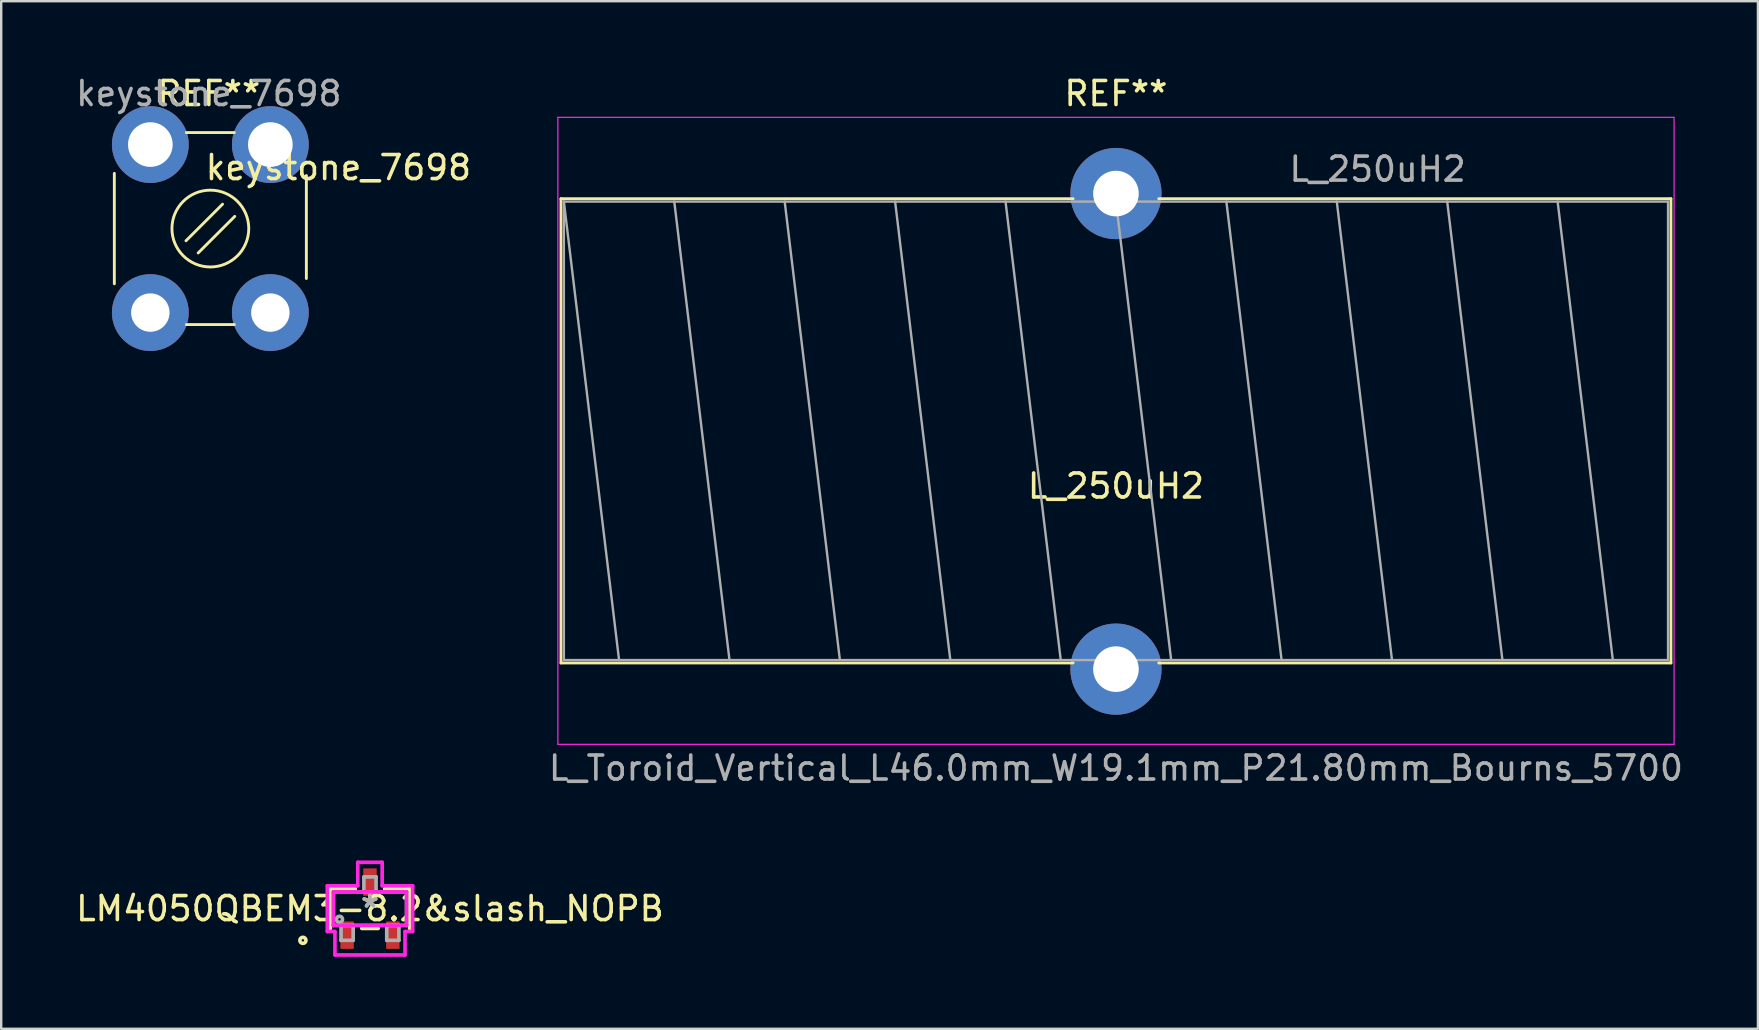
<source format=kicad_pcb>
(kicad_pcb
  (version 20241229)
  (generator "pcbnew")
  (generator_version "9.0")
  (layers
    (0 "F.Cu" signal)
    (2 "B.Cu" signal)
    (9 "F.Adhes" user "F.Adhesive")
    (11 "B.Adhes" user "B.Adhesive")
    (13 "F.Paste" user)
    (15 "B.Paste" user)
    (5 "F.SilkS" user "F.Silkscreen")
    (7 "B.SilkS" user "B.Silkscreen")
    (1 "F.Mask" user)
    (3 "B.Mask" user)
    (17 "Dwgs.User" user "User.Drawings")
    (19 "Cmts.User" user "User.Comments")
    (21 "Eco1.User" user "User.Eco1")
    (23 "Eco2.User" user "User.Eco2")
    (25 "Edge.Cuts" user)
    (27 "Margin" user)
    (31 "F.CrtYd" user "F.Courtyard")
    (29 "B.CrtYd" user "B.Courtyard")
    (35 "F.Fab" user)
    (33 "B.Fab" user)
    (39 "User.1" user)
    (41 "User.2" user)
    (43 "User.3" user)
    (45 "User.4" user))
  (footprint "L_250uH2"
    (layer "F.Cu")
    (at 43.44 16.698)
    (property "Reference" "L_250uH2" (at 0 0.5 0) (layer "F.SilkS") (effects (font (size 1 1) (thickness 0.15))))
    (attr through_hole)
    (fp_line (start -23.12 -11.47) (end -23.12 7.87) (stroke (width 0.12) (type solid)) (layer "F.SilkS"))
    (fp_line (start -23.12 -11.47) (end -1.785 -11.47) (stroke (width 0.12) (type solid)) (layer "F.SilkS"))
    (fp_line (start -23.12 7.87) (end -1.785 7.87) (stroke (width 0.12) (type solid)) (layer "F.SilkS"))
    (fp_line (start 1.785 -11.47) (end 23.12 -11.47) (stroke (width 0.12) (type solid)) (layer "F.SilkS"))
    (fp_line (start 1.785 7.87) (end 23.12 7.87) (stroke (width 0.12) (type solid)) (layer "F.SilkS"))
    (fp_line (start 23.12 -11.47) (end 23.12 7.87) (stroke (width 0.12) (type solid)) (layer "F.SilkS"))
    (fp_line (start -23.25 -14.86) (end -23.25 11.26) (stroke (width 0.05) (type solid)) (layer "F.CrtYd"))
    (fp_line (start -23.25 11.26) (end 23.25 11.26) (stroke (width 0.05) (type solid)) (layer "F.CrtYd"))
    (fp_line (start 23.25 -14.86) (end -23.25 -14.86) (stroke (width 0.05) (type solid)) (layer "F.CrtYd"))
    (fp_line (start 23.25 11.26) (end 23.25 -14.86) (stroke (width 0.05) (type solid)) (layer "F.CrtYd"))
    (fp_line (start -23 -11.35) (end -23 7.75) (stroke (width 0.1) (type solid)) (layer "F.Fab"))
    (fp_line (start -23 -11.35) (end -20.7 7.75) (stroke (width 0.1) (type solid)) (layer "F.Fab"))
    (fp_line (start -23 7.75) (end 23 7.75) (stroke (width 0.1) (type solid)) (layer "F.Fab"))
    (fp_line (start -18.4 -11.35) (end -16.1 7.75) (stroke (width 0.1) (type solid)) (layer "F.Fab"))
    (fp_line (start -13.8 -11.35) (end -11.5 7.75) (stroke (width 0.1) (type solid)) (layer "F.Fab"))
    (fp_line (start -9.2 -11.35) (end -6.9 7.75) (stroke (width 0.1) (type solid)) (layer "F.Fab"))
    (fp_line (start -4.6 -11.35) (end -2.3 7.75) (stroke (width 0.1) (type solid)) (layer "F.Fab"))
    (fp_line (start 0 -11.35) (end 2.3 7.75) (stroke (width 0.1) (type solid)) (layer "F.Fab"))
    (fp_line (start 4.6 -11.35) (end 6.9 7.75) (stroke (width 0.1) (type solid)) (layer "F.Fab"))
    (fp_line (start 9.2 -11.35) (end 11.5 7.75) (stroke (width 0.1) (type solid)) (layer "F.Fab"))
    (fp_line (start 13.8 -11.35) (end 16.1 7.75) (stroke (width 0.1) (type solid)) (layer "F.Fab"))
    (fp_line (start 18.4 -11.35) (end 20.7 7.75) (stroke (width 0.1) (type solid)) (layer "F.Fab"))
    (fp_line (start 23 -11.35) (end -23 -11.35) (stroke (width 0.1) (type solid)) (layer "F.Fab"))
    (fp_line (start 23 7.75) (end 23 -11.35) (stroke (width 0.1) (type solid)) (layer "F.Fab"))
    (fp_text user "REF**" (at 0 -15.85 0) (layer "F.SilkS") (effects (font (size 1 1) (thickness 0.15))))
    (fp_text user "${REFERENCE}" (at 10.9 -12.7 0) (layer "F.Fab") (effects (font (size 1 1) (thickness 0.15))))
    (fp_text user "L_Toroid_Vertical_L46.0mm_W19.1mm_P21.80mm_Bourns_5700" (at 0 12.25 0) (layer "F.Fab") (effects (font (size 1 1) (thickness 0.15))))
    (pad "1" thru_hole circle (at 0 -11.684) (size 3.8 3.8) (drill 1.9) (layers "*.Cu" "*.Mask"))
    (pad "2" thru_hole circle (at 0 8.128) (size 3.8 3.8) (drill 1.9) (layers "*.Cu" "*.Mask")))
  (footprint "LM4050QBEM3-8.2&slash_NOPB"
    (layer "F.Cu")
    (at 12.363 34.803)
    (property "Reference" "LM4050QBEM3-8.2&slash_NOPB" (at 0 0 0) (layer "F.SilkS") (effects (font (size 1 1) (thickness 0.15))))
    (attr through_hole)
    (fp_line (start -1.651 -0.826) (end -1.651 0.826) (stroke (width 0.152) (type solid)) (layer "F.SilkS"))
    (fp_line (start -0.612 -0.826) (end -1.651 -0.826) (stroke (width 0.152) (type solid)) (layer "F.SilkS"))
    (fp_line (start -0.34 0.826) (end 0.34 0.826) (stroke (width 0.152) (type solid)) (layer "F.SilkS"))
    (fp_line (start 1.651 -0.826) (end 0.612 -0.826) (stroke (width 0.152) (type solid)) (layer "F.SilkS"))
    (fp_line (start 1.651 0.826) (end 1.651 -0.826) (stroke (width 0.152) (type solid)) (layer "F.SilkS"))
    (fp_circle (center -2.794 1.321) (end -2.667 1.321) (stroke (width 0.152) (type solid)) (fill no) (layer "F.SilkS"))
    (fp_line (start -1.778 -0.953) (end -0.508 -0.953) (stroke (width 0.152) (type solid)) (layer "F.CrtYd"))
    (fp_line (start -1.778 0.953) (end -1.778 -0.953) (stroke (width 0.152) (type solid)) (layer "F.CrtYd"))
    (fp_line (start -1.524 -0.699) (end 1.524 -0.699) (stroke (width 0.152) (type solid)) (layer "F.CrtYd"))
    (fp_line (start -1.524 0.699) (end -1.524 -0.699) (stroke (width 0.152) (type solid)) (layer "F.CrtYd"))
    (fp_line (start -1.46 0.953) (end -1.778 0.953) (stroke (width 0.152) (type solid)) (layer "F.CrtYd"))
    (fp_line (start -1.46 1.93) (end -1.46 0.953) (stroke (width 0.152) (type solid)) (layer "F.CrtYd"))
    (fp_line (start -0.508 -1.93) (end 0.508 -1.93) (stroke (width 0.152) (type solid)) (layer "F.CrtYd"))
    (fp_line (start -0.508 -0.953) (end -0.508 -1.93) (stroke (width 0.152) (type solid)) (layer "F.CrtYd"))
    (fp_line (start 0.508 -1.93) (end 0.508 -0.953) (stroke (width 0.152) (type solid)) (layer "F.CrtYd"))
    (fp_line (start 0.508 -0.953) (end 1.778 -0.953) (stroke (width 0.152) (type solid)) (layer "F.CrtYd"))
    (fp_line (start 1.46 0.953) (end 1.46 1.93) (stroke (width 0.152) (type solid)) (layer "F.CrtYd"))
    (fp_line (start 1.46 1.93) (end -1.46 1.93) (stroke (width 0.152) (type solid)) (layer "F.CrtYd"))
    (fp_line (start 1.524 -0.699) (end 1.524 0.699) (stroke (width 0.152) (type solid)) (layer "F.CrtYd"))
    (fp_line (start 1.524 0.699) (end -1.524 0.699) (stroke (width 0.152) (type solid)) (layer "F.CrtYd"))
    (fp_line (start 1.778 -0.953) (end 1.778 0.953) (stroke (width 0.152) (type solid)) (layer "F.CrtYd"))
    (fp_line (start 1.778 0.953) (end 1.46 0.953) (stroke (width 0.152) (type solid)) (layer "F.CrtYd"))
    (fp_line (start -1.524 -0.699) (end -1.524 0.699) (stroke (width 0.152) (type solid)) (layer "F.Fab"))
    (fp_line (start -1.524 0.699) (end 1.524 0.699) (stroke (width 0.152) (type solid)) (layer "F.Fab"))
    (fp_line (start -1.206 0.699) (end -1.206 1.321) (stroke (width 0.152) (type solid)) (layer "F.Fab"))
    (fp_line (start -1.206 1.321) (end -0.699 1.321) (stroke (width 0.152) (type solid)) (layer "F.Fab"))
    (fp_line (start -0.699 0.699) (end -1.206 0.699) (stroke (width 0.152) (type solid)) (layer "F.Fab"))
    (fp_line (start -0.699 1.321) (end -0.699 0.699) (stroke (width 0.152) (type solid)) (layer "F.Fab"))
    (fp_line (start -0.254 -1.321) (end -0.254 -0.699) (stroke (width 0.152) (type solid)) (layer "F.Fab"))
    (fp_line (start -0.254 -0.699) (end 0.254 -0.699) (stroke (width 0.152) (type solid)) (layer "F.Fab"))
    (fp_line (start 0.254 -1.321) (end -0.254 -1.321) (stroke (width 0.152) (type solid)) (layer "F.Fab"))
    (fp_line (start 0.254 -0.699) (end 0.254 -1.321) (stroke (width 0.152) (type solid)) (layer "F.Fab"))
    (fp_line (start 0.699 0.699) (end 0.699 1.321) (stroke (width 0.152) (type solid)) (layer "F.Fab"))
    (fp_line (start 0.699 1.321) (end 1.206 1.321) (stroke (width 0.152) (type solid)) (layer "F.Fab"))
    (fp_line (start 1.206 0.699) (end 0.699 0.699) (stroke (width 0.152) (type solid)) (layer "F.Fab"))
    (fp_line (start 1.206 1.321) (end 1.206 0.699) (stroke (width 0.152) (type solid)) (layer "F.Fab"))
    (fp_line (start 1.524 -0.699) (end -1.524 -0.699) (stroke (width 0.152) (type solid)) (layer "F.Fab"))
    (fp_line (start 1.524 0.699) (end 1.524 -0.699) (stroke (width 0.152) (type solid)) (layer "F.Fab"))
    (fp_circle (center -1.27 0.445) (end -1.143 0.445) (stroke (width 0.152) (type solid)) (fill no) (layer "F.Fab"))
    (fp_text user "*" (at 0 0 0) (layer "F.SilkS") (effects (font (size 1 1) (thickness 0.15))))
    (fp_text user "Copyright 2016 Accelerated Designs. All rights reserved." (at 0 0 0) (layer "Cmts.User") (effects (font (size 0.127 0.127) (thickness 0.002))))
    (fp_text user "*" (at 0 0 0) (layer "F.Fab") (effects (font (size 1 1) (thickness 0.15))))
    (pad "1" smd rect (at -0.953 1.105) (size 0.559 1.143) (layers "F.Cu" "F.Mask" "F.Paste"))
    (pad "2" smd rect (at 0.953 1.105) (size 0.559 1.143) (layers "F.Cu" "F.Mask" "F.Paste"))
    (pad "3" smd rect (at 0 -1.105) (size 0.559 1.143) (layers "F.Cu" "F.Mask" "F.Paste")))
  (footprint "keystone_7698"
    (layer "F.Cu")
    (at 5.713 6.472)
    (property "Reference" "keystone_7698" (at 5.334 -2.54 0) (layer "F.SilkS") (effects (font (size 1 1) (thickness 0.15))))
    (attr through_hole)
    (fp_line (start -4 -2.3) (end -4 2.3) (stroke (width 0.12) (type solid)) (layer "F.SilkS"))
    (fp_line (start -1 -4) (end 1 -4) (stroke (width 0.12) (type solid)) (layer "F.SilkS"))
    (fp_line (start -1 4) (end 1 4) (stroke (width 0.12) (type solid)) (layer "F.SilkS"))
    (fp_line (start 0.508 -1.016) (end -1.016 0.508) (stroke (width 0.12) (type solid)) (layer "F.SilkS"))
    (fp_line (start 1.016 -0.508) (end -0.508 1.016) (stroke (width 0.12) (type solid)) (layer "F.SilkS"))
    (fp_line (start 4 -2.209) (end 4 2.081) (stroke (width 0.12) (type solid)) (layer "F.SilkS"))
    (fp_circle (center 0 0) (end 1.6 0) (stroke (width 0.12) (type solid)) (fill no) (layer "F.SilkS"))
    (fp_text user "REF**" (at -0.064 -5.624 0) (layer "F.SilkS") (effects (font (size 1 1) (thickness 0.15))))
    (fp_text user "${REFERENCE}" (at -0.064 -5.624 0) (layer "F.Fab") (effects (font (size 1 1) (thickness 0.15))))
    (pad "1" thru_hole circle (at -2.5 -3.5) (size 3.2 3.2) (drill 1.86) (layers "*.Cu" "*.Mask"))
    (pad "1" thru_hole circle (at -2.5 3.5) (size 3.2 3.2) (drill 1.6) (layers "*.Cu" "*.Mask"))
    (pad "1" thru_hole circle (at 2.5 -3.5) (size 3.2 3.2) (drill 1.86) (layers "*.Cu" "*.Mask"))
    (pad "1" thru_hole circle (at 2.5 3.5) (size 3.2 3.2) (drill 1.6) (layers "*.Cu" "*.Mask")))
  (gr_rect
    (start -3 -3)
    (end 70.184 39.81)
    (stroke (width 0.1) (type default))
    (fill no)
    (layer "Edge.Cuts")))
</source>
